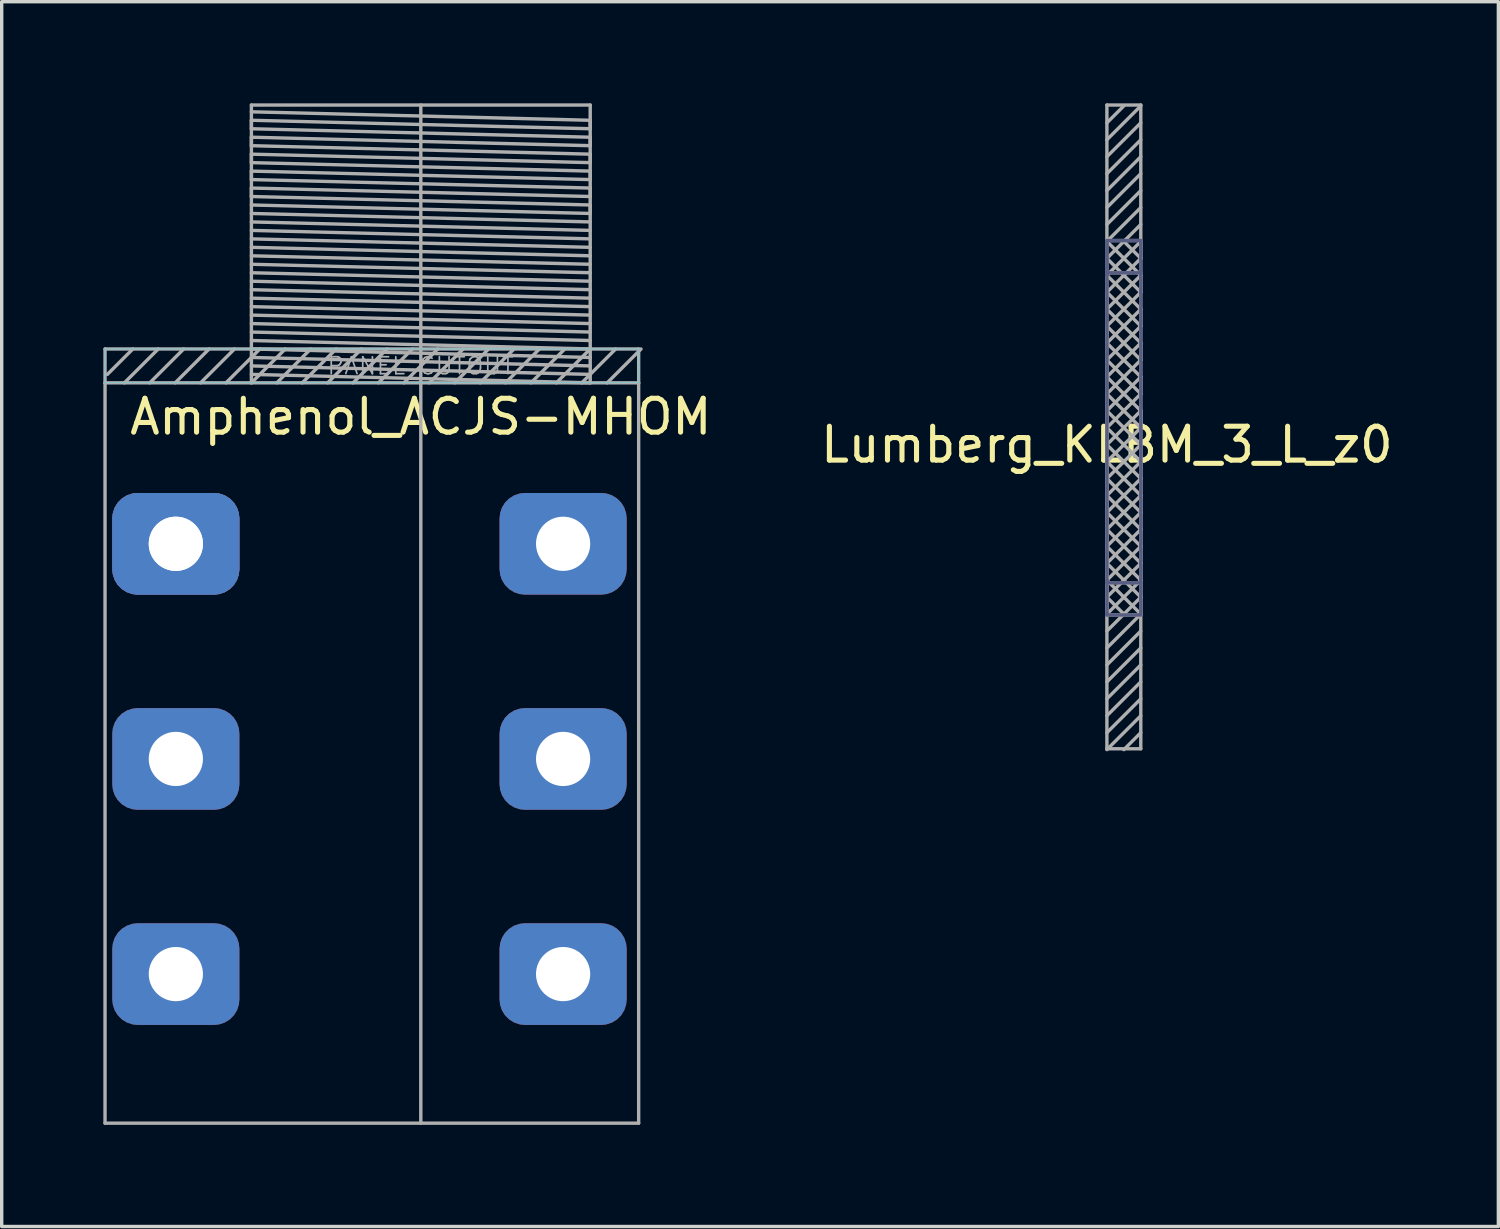
<source format=kicad_pcb>
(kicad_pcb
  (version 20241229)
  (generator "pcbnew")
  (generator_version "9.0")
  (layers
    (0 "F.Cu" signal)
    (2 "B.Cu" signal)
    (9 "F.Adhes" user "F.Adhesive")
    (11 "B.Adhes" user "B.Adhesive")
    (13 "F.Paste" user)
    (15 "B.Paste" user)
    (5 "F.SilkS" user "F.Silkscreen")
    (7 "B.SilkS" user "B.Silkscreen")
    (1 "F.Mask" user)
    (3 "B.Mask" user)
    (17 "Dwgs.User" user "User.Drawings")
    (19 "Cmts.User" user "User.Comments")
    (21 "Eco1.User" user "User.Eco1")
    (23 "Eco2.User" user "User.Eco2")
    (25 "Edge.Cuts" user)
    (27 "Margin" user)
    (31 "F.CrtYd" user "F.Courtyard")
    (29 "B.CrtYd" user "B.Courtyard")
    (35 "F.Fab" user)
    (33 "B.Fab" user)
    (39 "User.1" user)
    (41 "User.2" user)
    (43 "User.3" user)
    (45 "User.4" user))
  (footprint "Amphenol_ACJS-MHOM"
    (layer "F.Cu")
    (at 9.37 8.25)
    (property "Reference" "Amphenol_ACJS-MHOM" (at 0 1 0) (layer "F.SilkS") (effects (font (size 1 1) (thickness 0.15))))
    (attr through_hole)
    (fp_poly (pts (xy -9.32 0) (xy -9.32 -1) (xy 6.43 -1) (xy 6.43 0)) (stroke (width 0.01) (type solid)) (fill no) (layer "B.CrtYd"))
    (fp_line (start -9.32 -1) (end 6.43 -1) (stroke (width 0.1) (type solid)) (layer "F.Fab"))
    (fp_line (start -9.32 0) (end -9.32 -1) (stroke (width 0.1) (type solid)) (layer "F.Fab"))
    (fp_line (start -9.32 21.85) (end -9.32 0) (stroke (width 0.1) (type solid)) (layer "F.Fab"))
    (fp_line (start -8.5 -1) (end -9.25 -0.25) (stroke (width 0.1) (type solid)) (layer "F.Fab"))
    (fp_line (start -8 0) (end -7 -1) (stroke (width 0.1) (type solid)) (layer "F.Fab"))
    (fp_line (start -7.75 -1) (end -8.75 0) (stroke (width 0.1) (type solid)) (layer "F.Fab"))
    (fp_line (start -6.25 -1) (end -7.25 0) (stroke (width 0.1) (type solid)) (layer "F.Fab"))
    (fp_line (start -5.5 -1) (end -6.5 0) (stroke (width 0.1) (type solid)) (layer "F.Fab"))
    (fp_line (start -5 -8.2) (end 5 -8.2) (stroke (width 0.1) (type solid)) (layer "F.Fab"))
    (fp_line (start -5 -8) (end 5 -7.75) (stroke (width 0.1) (type solid)) (layer "F.Fab"))
    (fp_line (start -5 -7.75) (end -5 -7.5) (stroke (width 0.1) (type solid)) (layer "F.Fab"))
    (fp_line (start -5 -7.5) (end 5 -7.25) (stroke (width 0.1) (type solid)) (layer "F.Fab"))
    (fp_line (start -5 -7.25) (end -5 -7) (stroke (width 0.1) (type solid)) (layer "F.Fab"))
    (fp_line (start -5 -7) (end 5 -6.75) (stroke (width 0.1) (type solid)) (layer "F.Fab"))
    (fp_line (start -5 -6.75) (end -5 -6.5) (stroke (width 0.1) (type solid)) (layer "F.Fab"))
    (fp_line (start -5 -6.5) (end 5 -6.25) (stroke (width 0.1) (type solid)) (layer "F.Fab"))
    (fp_line (start -5 -6.25) (end -5 -6) (stroke (width 0.1) (type solid)) (layer "F.Fab"))
    (fp_line (start -5 -6) (end 5 -5.75) (stroke (width 0.1) (type solid)) (layer "F.Fab"))
    (fp_line (start -5 -5.75) (end -5 -5.5) (stroke (width 0.1) (type solid)) (layer "F.Fab"))
    (fp_line (start -5 -5.5) (end 5 -5.25) (stroke (width 0.1) (type solid)) (layer "F.Fab"))
    (fp_line (start -5 -5.25) (end 5 -5) (stroke (width 0.1) (type solid)) (layer "F.Fab"))
    (fp_line (start -5 -5) (end 5 -4.75) (stroke (width 0.1) (type solid)) (layer "F.Fab"))
    (fp_line (start -5 -4.75) (end 5 -4.5) (stroke (width 0.1) (type solid)) (layer "F.Fab"))
    (fp_line (start -5 -4.5) (end 5 -4.25) (stroke (width 0.1) (type solid)) (layer "F.Fab"))
    (fp_line (start -5 -4.25) (end 5 -4) (stroke (width 0.1) (type solid)) (layer "F.Fab"))
    (fp_line (start -5 -4) (end 5 -3.75) (stroke (width 0.1) (type solid)) (layer "F.Fab"))
    (fp_line (start -5 -3.75) (end 5 -3.5) (stroke (width 0.1) (type solid)) (layer "F.Fab"))
    (fp_line (start -5 -3.5) (end 5 -3.25) (stroke (width 0.1) (type solid)) (layer "F.Fab"))
    (fp_line (start -5 -3.25) (end 5 -3) (stroke (width 0.1) (type solid)) (layer "F.Fab"))
    (fp_line (start -5 -3) (end 5 -2.75) (stroke (width 0.1) (type solid)) (layer "F.Fab"))
    (fp_line (start -5 -2.75) (end 5 -2.5) (stroke (width 0.1) (type solid)) (layer "F.Fab"))
    (fp_line (start -5 -2.5) (end 5 -2.25) (stroke (width 0.1) (type solid)) (layer "F.Fab"))
    (fp_line (start -5 -2.25) (end 5 -2) (stroke (width 0.1) (type solid)) (layer "F.Fab"))
    (fp_line (start -5 -2) (end 5 -1.75) (stroke (width 0.1) (type solid)) (layer "F.Fab"))
    (fp_line (start -5 -1.75) (end 5 -1.5) (stroke (width 0.1) (type solid)) (layer "F.Fab"))
    (fp_line (start -5 -1.5) (end 5 -1.25) (stroke (width 0.1) (type solid)) (layer "F.Fab"))
    (fp_line (start -5 -1.25) (end 5 -1) (stroke (width 0.1) (type solid)) (layer "F.Fab"))
    (fp_line (start -5 -1) (end 5 -0.75) (stroke (width 0.1) (type solid)) (layer "F.Fab"))
    (fp_line (start -5 -0.75) (end 5 -0.5) (stroke (width 0.1) (type solid)) (layer "F.Fab"))
    (fp_line (start -5 -0.5) (end 5 -0.25) (stroke (width 0.1) (type solid)) (layer "F.Fab"))
    (fp_line (start -5 -0.25) (end 5 0) (stroke (width 0.1) (type solid)) (layer "F.Fab"))
    (fp_line (start -5 0) (end -5 -8.2) (stroke (width 0.1) (type solid)) (layer "F.Fab"))
    (fp_line (start -5 0) (end -4 -1) (stroke (width 0.1) (type solid)) (layer "F.Fab"))
    (fp_line (start -4.75 -1) (end -5.75 0) (stroke (width 0.1) (type solid)) (layer "F.Fab"))
    (fp_line (start -4.25 0) (end -3.25 -1) (stroke (width 0.1) (type solid)) (layer "F.Fab"))
    (fp_line (start -3.5 0) (end -2.5 -1) (stroke (width 0.1) (type solid)) (layer "F.Fab"))
    (fp_line (start -2.75 0) (end -1.75 -1) (stroke (width 0.1) (type solid)) (layer "F.Fab"))
    (fp_line (start -2 0) (end -1 -1) (stroke (width 0.1) (type solid)) (layer "F.Fab"))
    (fp_line (start -0.5 0) (end 0.5 -1) (stroke (width 0.1) (type solid)) (layer "F.Fab"))
    (fp_line (start -0.25 -1) (end -1.25 0) (stroke (width 0.1) (type solid)) (layer "F.Fab"))
    (fp_line (start 0 0) (end -9.32 0) (stroke (width 0.1) (type solid)) (layer "F.Fab"))
    (fp_line (start 0 0) (end 6.43 0) (stroke (width 0.1) (type solid)) (layer "F.Fab"))
    (fp_line (start 0 21.85) (end 0 -8.2) (stroke (width 0.1) (type solid)) (layer "F.Fab"))
    (fp_line (start 1 0) (end 2 -1) (stroke (width 0.1) (type solid)) (layer "F.Fab"))
    (fp_line (start 1.25 -1) (end 0.25 0) (stroke (width 0.1) (type solid)) (layer "F.Fab"))
    (fp_line (start 2.5 0) (end 3.5 -1) (stroke (width 0.1) (type solid)) (layer "F.Fab"))
    (fp_line (start 2.75 -1) (end 1.75 0) (stroke (width 0.1) (type solid)) (layer "F.Fab"))
    (fp_line (start 4 0) (end 5 -1) (stroke (width 0.1) (type solid)) (layer "F.Fab"))
    (fp_line (start 4.25 -1) (end 3.25 0) (stroke (width 0.1) (type solid)) (layer "F.Fab"))
    (fp_line (start 4.75 0) (end 5.75 -1) (stroke (width 0.1) (type solid)) (layer "F.Fab"))
    (fp_line (start 5 -8.2) (end 5 0) (stroke (width 0.1) (type solid)) (layer "F.Fab"))
    (fp_line (start 5 -7.75) (end 5 -7.5) (stroke (width 0.1) (type solid)) (layer "F.Fab"))
    (fp_line (start 5 -7.5) (end -5 -7.75) (stroke (width 0.1) (type solid)) (layer "F.Fab"))
    (fp_line (start 5 -7.25) (end 5 -7) (stroke (width 0.1) (type solid)) (layer "F.Fab"))
    (fp_line (start 5 -7) (end -5 -7.25) (stroke (width 0.1) (type solid)) (layer "F.Fab"))
    (fp_line (start 5 -6.75) (end 5 -6.5) (stroke (width 0.1) (type solid)) (layer "F.Fab"))
    (fp_line (start 5 -6.5) (end -5 -6.75) (stroke (width 0.1) (type solid)) (layer "F.Fab"))
    (fp_line (start 5 -6.25) (end 5 -6) (stroke (width 0.1) (type solid)) (layer "F.Fab"))
    (fp_line (start 5 -6) (end -5 -6.25) (stroke (width 0.1) (type solid)) (layer "F.Fab"))
    (fp_line (start 5 -5.75) (end 5 -5.5) (stroke (width 0.1) (type solid)) (layer "F.Fab"))
    (fp_line (start 5 -5.5) (end -5 -5.75) (stroke (width 0.1) (type solid)) (layer "F.Fab"))
    (fp_line (start 5 -5.25) (end 5 -5) (stroke (width 0.1) (type solid)) (layer "F.Fab"))
    (fp_line (start 5.5 0) (end 6.5 -1) (stroke (width 0.1) (type solid)) (layer "F.Fab"))
    (fp_line (start 6.43 -1) (end 6.43 0) (stroke (width 0.1) (type solid)) (layer "F.Fab"))
    (fp_line (start 6.43 0) (end 6.43 21.85) (stroke (width 0.1) (type solid)) (layer "F.Fab"))
    (fp_line (start 6.43 21.85) (end -9.32 21.85) (stroke (width 0.1) (type solid)) (layer "F.Fab"))
    (fp_text user "PANEL CUTOUT" (at 0 -0.5 0) (layer "F.Fab") (effects (font (size 0.5 0.5) (thickness 0.05))))
    (pad "CHASSIS" thru_hole roundrect (at -7.23 4.75) (size 3.75 3) (drill 1.6) (layers "*.Cu" "*.Mask") (roundrect_rratio 0.25))
    (pad "R" thru_hole roundrect (at -7.23 11.1) (size 3.75 3) (drill 1.6) (layers "*.Cu" "*.Mask") (roundrect_rratio 0.25))
    (pad "RN" thru_hole roundrect (at 4.2 11.1) (size 3.75 3) (drill 1.6) (layers "*.Cu" "*.Mask") (roundrect_rratio 0.25))
    (pad "S" thru_hole roundrect (at -7.23 4.75) (size 3.75 3) (drill 1.6) (layers "*.Cu" "*.Mask") (roundrect_rratio 0.25))
    (pad "SN" thru_hole roundrect (at 4.2 4.75) (size 3.75 3) (drill 1.6) (layers "*.Cu" "*.Mask") (roundrect_rratio 0.25))
    (pad "T" thru_hole roundrect (at -7.23 17.45) (size 3.75 3) (drill 1.6) (layers "*.Cu" "*.Mask") (roundrect_rratio 0.25))
    (pad "TN" thru_hole roundrect (at 4.2 17.45) (size 3.75 3) (drill 1.6) (layers "*.Cu" "*.Mask") (roundrect_rratio 0.25)))
  (footprint "Lumberg_KLBM_3_L_z0"
    (layer "F.Cu")
    (at 30.62 9.575)
    (property "Reference" "Lumberg_KLBM_3_L_z0" (at -1 0.5 0) (layer "F.SilkS") (effects (font (size 1 1) (thickness 0.15))))
    (attr through_hole)
    (fp_line (start -1 -5.525) (end -1 -5.5) (stroke (width 0.1) (type solid)) (layer "B.Fab"))
    (fp_line (start -1 -5.5) (end -1 -4.5) (stroke (width 0.1) (type solid)) (layer "B.Fab"))
    (fp_line (start -1 -4.575) (end 0 -4.575) (stroke (width 0.1) (type solid)) (layer "B.Fab"))
    (fp_line (start -1 4.5) (end -1 -5.5) (stroke (width 0.1) (type solid)) (layer "B.Fab"))
    (fp_line (start -1 4.575) (end 0 4.575) (stroke (width 0.1) (type solid)) (layer "B.Fab"))
    (fp_line (start -1 5.5) (end -1 4.5) (stroke (width 0.1) (type solid)) (layer "B.Fab"))
    (fp_line (start -1 5.525) (end -1 5.45) (stroke (width 0.1) (type solid)) (layer "B.Fab"))
    (fp_line (start 0 -5.525) (end -1 -5.525) (stroke (width 0.1) (type solid)) (layer "B.Fab"))
    (fp_line (start 0 -5.5) (end 0 -5.525) (stroke (width 0.1) (type solid)) (layer "B.Fab"))
    (fp_line (start 0 -5.5) (end 0 5.5) (stroke (width 0.1) (type solid)) (layer "B.Fab"))
    (fp_line (start 0 5.525) (end -1 5.525) (stroke (width 0.1) (type solid)) (layer "B.Fab"))
    (fp_line (start -1 -9.525) (end 0 -9.525) (stroke (width 0.1) (type solid)) (layer "F.Fab"))
    (fp_line (start -1 -9) (end -0.5 -9.5) (stroke (width 0.1) (type solid)) (layer "F.Fab"))
    (fp_line (start -1 -6.5) (end 0 -7.5) (stroke (width 0.1) (type solid)) (layer "F.Fab"))
    (fp_line (start -1 -5.525) (end 0 -5.525) (stroke (width 0.1) (type solid)) (layer "F.Fab"))
    (fp_line (start -1 -5.5) (end 0 -6.5) (stroke (width 0.1) (type solid)) (layer "F.Fab"))
    (fp_line (start -1 -5.5) (end 0 -4.5) (stroke (width 0.1) (type solid)) (layer "F.Fab"))
    (fp_line (start -1 -5) (end -0.5 -5.5) (stroke (width 0.1) (type solid)) (layer "F.Fab"))
    (fp_line (start -1 -5) (end 0 -4) (stroke (width 0.1) (type solid)) (layer "F.Fab"))
    (fp_line (start -1 -4.575) (end 0 -4.575) (stroke (width 0.1) (type solid)) (layer "F.Fab"))
    (fp_line (start -1 -4.5) (end -1 -5) (stroke (width 0.1) (type solid)) (layer "F.Fab"))
    (fp_line (start -1 -4.5) (end 0 -3.5) (stroke (width 0.1) (type solid)) (layer "F.Fab"))
    (fp_line (start -1 -4) (end 0 -5) (stroke (width 0.1) (type solid)) (layer "F.Fab"))
    (fp_line (start -1 -4) (end 0 -3) (stroke (width 0.1) (type solid)) (layer "F.Fab"))
    (fp_line (start -1 -3.5) (end -1 -4) (stroke (width 0.1) (type solid)) (layer "F.Fab"))
    (fp_line (start -1 -3.5) (end 0 -2.5) (stroke (width 0.1) (type solid)) (layer "F.Fab"))
    (fp_line (start -1 -3) (end 0 -4) (stroke (width 0.1) (type solid)) (layer "F.Fab"))
    (fp_line (start -1 -3) (end 0 -2) (stroke (width 0.1) (type solid)) (layer "F.Fab"))
    (fp_line (start -1 -2.5) (end -1 -3) (stroke (width 0.1) (type solid)) (layer "F.Fab"))
    (fp_line (start -1 -2) (end 0 -3) (stroke (width 0.1) (type solid)) (layer "F.Fab"))
    (fp_line (start -1 -2) (end 0 -1) (stroke (width 0.1) (type solid)) (layer "F.Fab"))
    (fp_line (start -1 -1.5) (end -1 -2) (stroke (width 0.1) (type solid)) (layer "F.Fab"))
    (fp_line (start -1 -1.5) (end 0 -0.5) (stroke (width 0.1) (type solid)) (layer "F.Fab"))
    (fp_line (start -1 -1) (end 0 -2) (stroke (width 0.1) (type solid)) (layer "F.Fab"))
    (fp_line (start -1 -0.5) (end -1 -1) (stroke (width 0.1) (type solid)) (layer "F.Fab"))
    (fp_line (start -1 -0.5) (end -1 0) (stroke (width 0.1) (type solid)) (layer "F.Fab"))
    (fp_line (start -1 0) (end 0 -1) (stroke (width 0.1) (type solid)) (layer "F.Fab"))
    (fp_line (start -1 0) (end 0 1) (stroke (width 0.1) (type solid)) (layer "F.Fab"))
    (fp_line (start -1 0.5) (end -1 0) (stroke (width 0.1) (type solid)) (layer "F.Fab"))
    (fp_line (start -1 1) (end 0 0) (stroke (width 0.1) (type solid)) (layer "F.Fab"))
    (fp_line (start -1 1) (end 0 2) (stroke (width 0.1) (type solid)) (layer "F.Fab"))
    (fp_line (start -1 1.5) (end -1 1) (stroke (width 0.1) (type solid)) (layer "F.Fab"))
    (fp_line (start -1 1.5) (end -1 2) (stroke (width 0.1) (type solid)) (layer "F.Fab"))
    (fp_line (start -1 2) (end 0 1) (stroke (width 0.1) (type solid)) (layer "F.Fab"))
    (fp_line (start -1 2) (end 0 3) (stroke (width 0.1) (type solid)) (layer "F.Fab"))
    (fp_line (start -1 2.5) (end -1 2) (stroke (width 0.1) (type solid)) (layer "F.Fab"))
    (fp_line (start -1 2.5) (end -1 3) (stroke (width 0.1) (type solid)) (layer "F.Fab"))
    (fp_line (start -1 3) (end 0 2) (stroke (width 0.1) (type solid)) (layer "F.Fab"))
    (fp_line (start -1 3) (end 0 4) (stroke (width 0.1) (type solid)) (layer "F.Fab"))
    (fp_line (start -1 3.5) (end -1 3) (stroke (width 0.1) (type solid)) (layer "F.Fab"))
    (fp_line (start -1 3.5) (end -1 4) (stroke (width 0.1) (type solid)) (layer "F.Fab"))
    (fp_line (start -1 4) (end 0 3) (stroke (width 0.1) (type solid)) (layer "F.Fab"))
    (fp_line (start -1 4) (end 0 5) (stroke (width 0.1) (type solid)) (layer "F.Fab"))
    (fp_line (start -1 4.5) (end -1 4) (stroke (width 0.1) (type solid)) (layer "F.Fab"))
    (fp_line (start -1 4.5) (end -1 5) (stroke (width 0.1) (type solid)) (layer "F.Fab"))
    (fp_line (start -1 4.575) (end 0 4.575) (stroke (width 0.1) (type solid)) (layer "F.Fab"))
    (fp_line (start -1 5) (end -0.5 5.5) (stroke (width 0.1) (type solid)) (layer "F.Fab"))
    (fp_line (start -1 5) (end 0 4) (stroke (width 0.1) (type solid)) (layer "F.Fab"))
    (fp_line (start -1 5.5) (end -1 5) (stroke (width 0.1) (type solid)) (layer "F.Fab"))
    (fp_line (start -1 5.525) (end 0 5.525) (stroke (width 0.1) (type solid)) (layer "F.Fab"))
    (fp_line (start -1 7) (end 0 6) (stroke (width 0.1) (type solid)) (layer "F.Fab"))
    (fp_line (start -1 8) (end 0 7) (stroke (width 0.1) (type solid)) (layer "F.Fab"))
    (fp_line (start -1 9) (end 0 8) (stroke (width 0.1) (type solid)) (layer "F.Fab"))
    (fp_line (start -1 9.475) (end -1 -9.525) (stroke (width 0.1) (type solid)) (layer "F.Fab"))
    (fp_line (start -0.5 -5.5) (end 0 -5) (stroke (width 0.1) (type solid)) (layer "F.Fab"))
    (fp_line (start -0.5 5.5) (end -1 6) (stroke (width 0.1) (type solid)) (layer "F.Fab"))
    (fp_line (start -0.5 5.5) (end 0 5) (stroke (width 0.1) (type solid)) (layer "F.Fab"))
    (fp_line (start -0.5 9.5) (end 0 9) (stroke (width 0.1) (type solid)) (layer "F.Fab"))
    (fp_line (start 0 -9.525) (end 0 9.475) (stroke (width 0.1) (type solid)) (layer "F.Fab"))
    (fp_line (start 0 -9.5) (end -1 -8.5) (stroke (width 0.1) (type solid)) (layer "F.Fab"))
    (fp_line (start 0 -9) (end -1 -8) (stroke (width 0.1) (type solid)) (layer "F.Fab"))
    (fp_line (start 0 -8.5) (end -1 -7.5) (stroke (width 0.1) (type solid)) (layer "F.Fab"))
    (fp_line (start 0 -8) (end -1 -7) (stroke (width 0.1) (type solid)) (layer "F.Fab"))
    (fp_line (start 0 -7) (end -1 -6) (stroke (width 0.1) (type solid)) (layer "F.Fab"))
    (fp_line (start 0 -6) (end -0.5 -5.5) (stroke (width 0.1) (type solid)) (layer "F.Fab"))
    (fp_line (start 0 -5.5) (end -1 -4.5) (stroke (width 0.1) (type solid)) (layer "F.Fab"))
    (fp_line (start 0 -5) (end 0 -5.5) (stroke (width 0.1) (type solid)) (layer "F.Fab"))
    (fp_line (start 0 -4.5) (end -1 -3.5) (stroke (width 0.1) (type solid)) (layer "F.Fab"))
    (fp_line (start 0 -4) (end 0 -4.5) (stroke (width 0.1) (type solid)) (layer "F.Fab"))
    (fp_line (start 0 -3.5) (end -1 -2.5) (stroke (width 0.1) (type solid)) (layer "F.Fab"))
    (fp_line (start 0 -3) (end 0 -3.5) (stroke (width 0.1) (type solid)) (layer "F.Fab"))
    (fp_line (start 0 -2.5) (end -1 -1.5) (stroke (width 0.1) (type solid)) (layer "F.Fab"))
    (fp_line (start 0 -2) (end 0 -2.5) (stroke (width 0.1) (type solid)) (layer "F.Fab"))
    (fp_line (start 0 -1.5) (end -1 -2.5) (stroke (width 0.1) (type solid)) (layer "F.Fab"))
    (fp_line (start 0 -1.5) (end -1 -0.5) (stroke (width 0.1) (type solid)) (layer "F.Fab"))
    (fp_line (start 0 -1) (end 0 -1.5) (stroke (width 0.1) (type solid)) (layer "F.Fab"))
    (fp_line (start 0 -0.5) (end -1 0.5) (stroke (width 0.1) (type solid)) (layer "F.Fab"))
    (fp_line (start 0 -0.5) (end 0 0) (stroke (width 0.1) (type solid)) (layer "F.Fab"))
    (fp_line (start 0 0) (end -1 -1) (stroke (width 0.1) (type solid)) (layer "F.Fab"))
    (fp_line (start 0 0) (end 0 -0.5) (stroke (width 0.1) (type solid)) (layer "F.Fab"))
    (fp_line (start 0 0.5) (end -1 -0.5) (stroke (width 0.1) (type solid)) (layer "F.Fab"))
    (fp_line (start 0 0.5) (end -1 1.5) (stroke (width 0.1) (type solid)) (layer "F.Fab"))
    (fp_line (start 0 1) (end 0 0.5) (stroke (width 0.1) (type solid)) (layer "F.Fab"))
    (fp_line (start 0 1) (end 0 1.5) (stroke (width 0.1) (type solid)) (layer "F.Fab"))
    (fp_line (start 0 1.5) (end -1 0.5) (stroke (width 0.1) (type solid)) (layer "F.Fab"))
    (fp_line (start 0 1.5) (end -1 2.5) (stroke (width 0.1) (type solid)) (layer "F.Fab"))
    (fp_line (start 0 2) (end 0 1.5) (stroke (width 0.1) (type solid)) (layer "F.Fab"))
    (fp_line (start 0 2) (end 0 2.5) (stroke (width 0.1) (type solid)) (layer "F.Fab"))
    (fp_line (start 0 2.5) (end -1 1.5) (stroke (width 0.1) (type solid)) (layer "F.Fab"))
    (fp_line (start 0 2.5) (end -1 3.5) (stroke (width 0.1) (type solid)) (layer "F.Fab"))
    (fp_line (start 0 3) (end 0 2.5) (stroke (width 0.1) (type solid)) (layer "F.Fab"))
    (fp_line (start 0 3) (end 0 3.5) (stroke (width 0.1) (type solid)) (layer "F.Fab"))
    (fp_line (start 0 3.5) (end -1 2.5) (stroke (width 0.1) (type solid)) (layer "F.Fab"))
    (fp_line (start 0 3.5) (end -1 4.5) (stroke (width 0.1) (type solid)) (layer "F.Fab"))
    (fp_line (start 0 4) (end 0 3.5) (stroke (width 0.1) (type solid)) (layer "F.Fab"))
    (fp_line (start 0 4) (end 0 4.5) (stroke (width 0.1) (type solid)) (layer "F.Fab"))
    (fp_line (start 0 4.5) (end -1 3.5) (stroke (width 0.1) (type solid)) (layer "F.Fab"))
    (fp_line (start 0 4.5) (end -1 5.5) (stroke (width 0.1) (type solid)) (layer "F.Fab"))
    (fp_line (start 0 5) (end 0 4.5) (stroke (width 0.1) (type solid)) (layer "F.Fab"))
    (fp_line (start 0 5) (end 0 5.5) (stroke (width 0.1) (type solid)) (layer "F.Fab"))
    (fp_line (start 0 5.5) (end -1 4.5) (stroke (width 0.1) (type solid)) (layer "F.Fab"))
    (fp_line (start 0 5.5) (end -1 6.5) (stroke (width 0.1) (type solid)) (layer "F.Fab"))
    (fp_line (start 0 6.5) (end -1 7.5) (stroke (width 0.1) (type solid)) (layer "F.Fab"))
    (fp_line (start 0 7.5) (end -1 8.5) (stroke (width 0.1) (type solid)) (layer "F.Fab"))
    (fp_line (start 0 8.5) (end -1 9.5) (stroke (width 0.1) (type solid)) (layer "F.Fab"))
    (fp_line (start 0 9.475) (end -1 9.475) (stroke (width 0.1) (type solid)) (layer "F.Fab")))
  (gr_rect
    (start -3 -3)
    (end 41.174 33.15)
    (stroke (width 0.1) (type default))
    (fill no)
    (layer "Edge.Cuts")))
</source>
